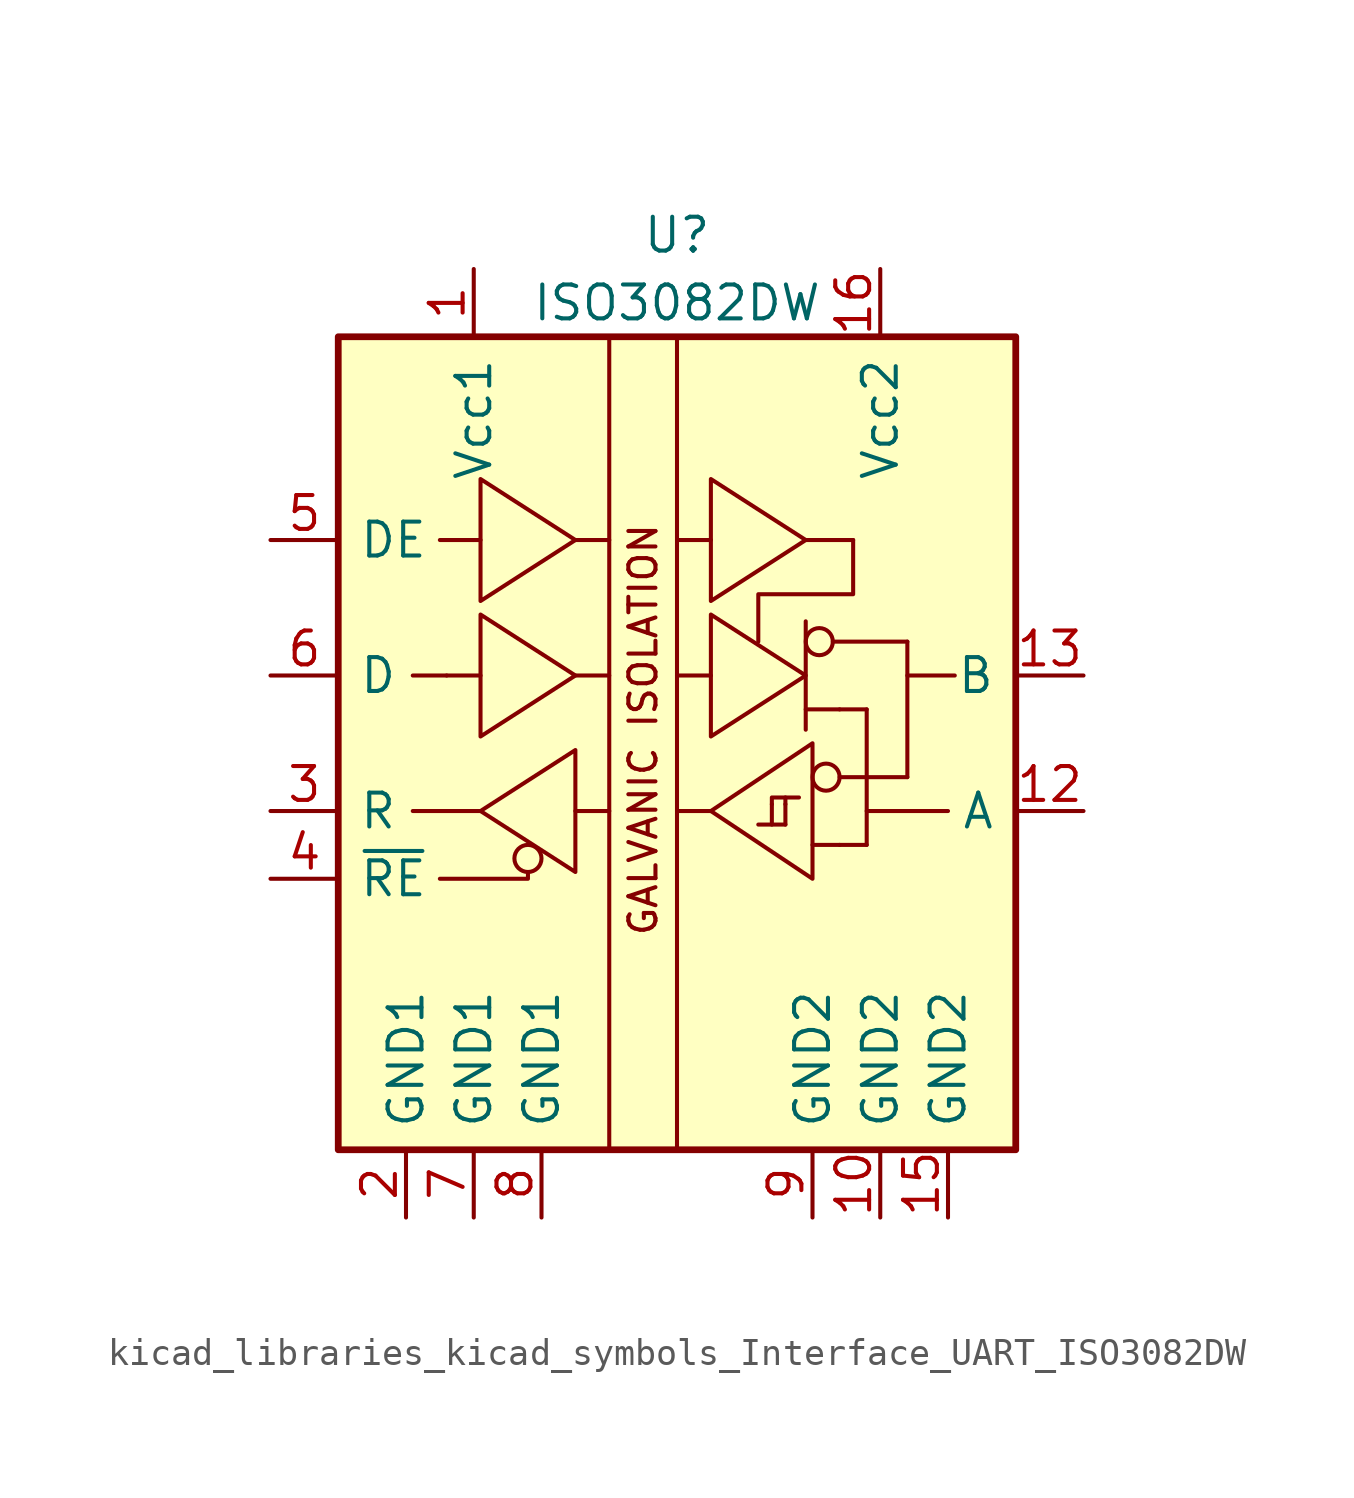
<source format=kicad_sym>
(kicad_symbol_lib
  (version 20220914)
  (generator kicad_symbol_editor)
  (symbol "kicad_libraries_kicad_symbols_Interface_UART_ISO3082DW"
    (pin_names
      (offset 0.762))
    (property "Reference" "U"
      (at 0 19.05 0)
      (effects (font (size 1.27 1.27))))
    (property "Value" "ISO3082DW"
      (at 0 16.51 0)
      (effects (font (size 1.27 1.27))))
    (symbol "kicad_libraries_kicad_symbols_Interface_UART_ISO3082DW_0_0"
      (rectangle (start -12.7 15.24) (end 12.7 -15.24) (stroke (width 0.254) (type default)) (fill (type background)))
      (polyline (pts (xy -8.636 2.54) (xy -9.906 2.54)) (stroke (width 0) (type default)) (fill (type none)))
      (polyline (pts (xy -7.62 7.62) (xy -8.89 7.62)) (stroke (width 0) (type default)) (fill (type none)))
      (polyline (pts (xy -7.366 7.62) (xy -7.62 7.62)) (stroke (width 0) (type default)) (fill (type none)))
      (polyline (pts (xy -2.54 15.24) (xy -2.54 -15.24)) (stroke (width 0) (type default)) (fill (type none)))
      (polyline (pts (xy 0 15.24) (xy 0 -15.24)) (stroke (width 0) (type default)) (fill (type none)))
      (polyline (pts (xy -7.366 4.826) (xy -7.366 0.254) (xy -3.81 2.54) (xy -7.366 4.826)) (stroke (width 0) (type default)) (fill (type none)))
      (polyline (pts (xy -7.366 9.906) (xy -7.366 5.334) (xy -3.81 7.62) (xy -7.366 9.906)) (stroke (width 0) (type default)) (fill (type none)))
      (polyline (pts (xy -3.81 -0.254) (xy -3.81 -4.826) (xy -7.366 -2.54) (xy -3.81 -0.254)) (stroke (width 0) (type default)) (fill (type none)))
      (polyline (pts (xy 1.27 9.906) (xy 1.27 5.334) (xy 4.826 7.62) (xy 1.27 9.906)) (stroke (width 0) (type default)) (fill (type none)))
      (text "GALVANIC ISOLATION" (at -1.27 0.508 900) (effects (font (size 1.016 1.016)))))
    (symbol "kicad_libraries_kicad_symbols_Interface_UART_ISO3082DW_0_1"
      (circle (center -5.588 -4.318) (radius 0.508) (stroke (width 0) (type default)) (fill (type none)))
      (polyline (pts (xy -7.366 -2.54) (xy -9.906 -2.54)) (stroke (width 0) (type default)) (fill (type none)))
      (polyline (pts (xy -7.366 2.54) (xy -8.636 2.54)) (stroke (width 0) (type default)) (fill (type none)))
      (polyline (pts (xy -3.81 -2.54) (xy -2.54 -2.54)) (stroke (width 0) (type default)) (fill (type none)))
      (polyline (pts (xy -3.81 2.54) (xy -2.54 2.54)) (stroke (width 0) (type default)) (fill (type none)))
      (polyline (pts (xy -3.81 7.62) (xy -2.54 7.62)) (stroke (width 0) (type default)) (fill (type none)))
      (polyline (pts (xy 0 -2.54) (xy 1.27 -2.54)) (stroke (width 0) (type default)) (fill (type none)))
      (polyline (pts (xy 0 2.54) (xy 1.27 2.54)) (stroke (width 0) (type default)) (fill (type none)))
      (polyline (pts (xy 0 7.62) (xy 1.27 7.62)) (stroke (width 0) (type default)) (fill (type none)))
      (polyline (pts (xy 3.556 -2.286) (xy 3.556 -3.048)) (stroke (width 0) (type default)) (fill (type none)))
      (polyline (pts (xy 4.064 -3.048) (xy 3.048 -3.048)) (stroke (width 0) (type default)) (fill (type none)))
      (polyline (pts (xy 4.064 -2.286) (xy 4.064 -3.048)) (stroke (width 0) (type default)) (fill (type none)))
      (polyline (pts (xy 4.064 -2.286) (xy 4.064 -2.032)) (stroke (width 0) (type default)) (fill (type none)))
      (polyline (pts (xy 4.826 1.27) (xy 6.096 1.27)) (stroke (width 0) (type default)) (fill (type none)))
      (polyline (pts (xy 4.826 4.572) (xy 4.826 0.508)) (stroke (width 0) (type default)) (fill (type none)))
      (polyline (pts (xy 4.826 7.62) (xy 6.604 7.62)) (stroke (width 0) (type default)) (fill (type none)))
      (polyline (pts (xy 5.08 -3.81) (xy 6.096 -3.81)) (stroke (width 0) (type default)) (fill (type none)))
      (polyline (pts (xy 5.842 3.81) (xy 8.636 3.81)) (stroke (width 0) (type default)) (fill (type none)))
      (polyline (pts (xy 6.096 -1.27) (xy 8.636 -1.27)) (stroke (width 0) (type default)) (fill (type none)))
      (polyline (pts (xy 6.096 1.27) (xy 7.112 1.27)) (stroke (width 0) (type default)) (fill (type none)))
      (polyline (pts (xy 7.112 -3.81) (xy 6.096 -3.81)) (stroke (width 0) (type default)) (fill (type none)))
      (polyline (pts (xy 7.112 1.27) (xy 7.112 -3.81)) (stroke (width 0) (type default)) (fill (type none)))
      (polyline (pts (xy 8.636 -1.27) (xy 8.636 3.81)) (stroke (width 0) (type default)) (fill (type none)))
      (polyline (pts (xy 8.636 2.54) (xy 10.414 2.54)) (stroke (width 0) (type default)) (fill (type none)))
      (polyline (pts (xy -8.89 -5.08) (xy -5.588 -5.08) (xy -5.588 -4.826)) (stroke (width 0) (type default)) (fill (type none)))
      (polyline (pts (xy 3.556 -2.286) (xy 3.556 -2.032) (xy 4.572 -2.032)) (stroke (width 0) (type default)) (fill (type none)))
      (polyline (pts (xy 10.16 -2.54) (xy 8.89 -2.54) (xy 7.112 -2.54)) (stroke (width 0) (type default)) (fill (type none)))
      (polyline (pts (xy 1.27 -2.54) (xy 5.08 0) (xy 5.08 -5.08) (xy 1.27 -2.54)) (stroke (width 0) (type default)) (fill (type none)))
      (polyline (pts (xy 6.604 7.62) (xy 6.604 5.588) (xy 3.048 5.588) (xy 3.048 3.81)) (stroke (width 0) (type default)) (fill (type none)))
      (circle (center 5.334 3.81) (radius 0.508) (stroke (width 0) (type default)) (fill (type none)))
      (circle (center 5.588 -1.27) (radius 0.508) (stroke (width 0) (type default)) (fill (type none))))
    (symbol "kicad_libraries_kicad_symbols_Interface_UART_ISO3082DW_1_0"
      (polyline (pts (xy 1.27 4.826) (xy 1.27 0.254) (xy 4.826 2.54) (xy 1.27 4.826)) (stroke (width 0) (type default)) (fill (type none))))
    (symbol "kicad_libraries_kicad_symbols_Interface_UART_ISO3082DW_1_1"
      (pin power_in line (at -7.62 17.78 270) (length 2.54) (name "Vcc1" (effects (font (size 1.27 1.27)))) (number "1" (effects (font (size 1.27 1.27)))))
      (pin power_in line (at 7.62 -17.78 90) (length 2.54) (name "GND2" (effects (font (size 1.27 1.27)))) (number "10" (effects (font (size 1.27 1.27)))))
      (pin no_connect line (at 12.7 10.16 180) (length 2.54) hide (name "NC" (effects (font (size 1.27 1.27)))) (number "11" (effects (font (size 1.27 1.27)))))
      (pin bidirectional line (at 15.24 -2.54 180) (length 2.54) (name "A" (effects (font (size 1.27 1.27)))) (number "12" (effects (font (size 1.27 1.27)))))
      (pin bidirectional line (at 15.24 2.54 180) (length 2.54) (name "B" (effects (font (size 1.27 1.27)))) (number "13" (effects (font (size 1.27 1.27)))))
      (pin no_connect line (at 12.7 7.62 180) (length 2.54) hide (name "NC" (effects (font (size 1.27 1.27)))) (number "14" (effects (font (size 1.27 1.27)))))
      (pin power_in line (at 10.16 -17.78 90) (length 2.54) (name "GND2" (effects (font (size 1.27 1.27)))) (number "15" (effects (font (size 1.27 1.27)))))
      (pin power_in line (at 7.62 17.78 270) (length 2.54) (name "Vcc2" (effects (font (size 1.27 1.27)))) (number "16" (effects (font (size 1.27 1.27)))))
      (pin power_in line (at -10.16 -17.78 90) (length 2.54) (name "GND1" (effects (font (size 1.27 1.27)))) (number "2" (effects (font (size 1.27 1.27)))))
      (pin output line (at -15.24 -2.54 0) (length 2.54) (name "R" (effects (font (size 1.27 1.27)))) (number "3" (effects (font (size 1.27 1.27)))))
      (pin input line (at -15.24 -5.08 0) (length 2.54) (name "~{RE}" (effects (font (size 1.27 1.27)))) (number "4" (effects (font (size 1.27 1.27)))))
      (pin input line (at -15.24 7.62 0) (length 2.54) (name "DE" (effects (font (size 1.27 1.27)))) (number "5" (effects (font (size 1.27 1.27)))))
      (pin input line (at -15.24 2.54 0) (length 2.54) (name "D" (effects (font (size 1.27 1.27)))) (number "6" (effects (font (size 1.27 1.27)))))
      (pin power_in line (at -7.62 -17.78 90) (length 2.54) (name "GND1" (effects (font (size 1.27 1.27)))) (number "7" (effects (font (size 1.27 1.27)))))
      (pin power_in line (at -5.08 -17.78 90) (length 2.54) (name "GND1" (effects (font (size 1.27 1.27)))) (number "8" (effects (font (size 1.27 1.27)))))
      (pin power_in line (at 5.08 -17.78 90) (length 2.54) (name "GND2" (effects (font (size 1.27 1.27)))) (number "9" (effects (font (size 1.27 1.27))))))))
</source>
